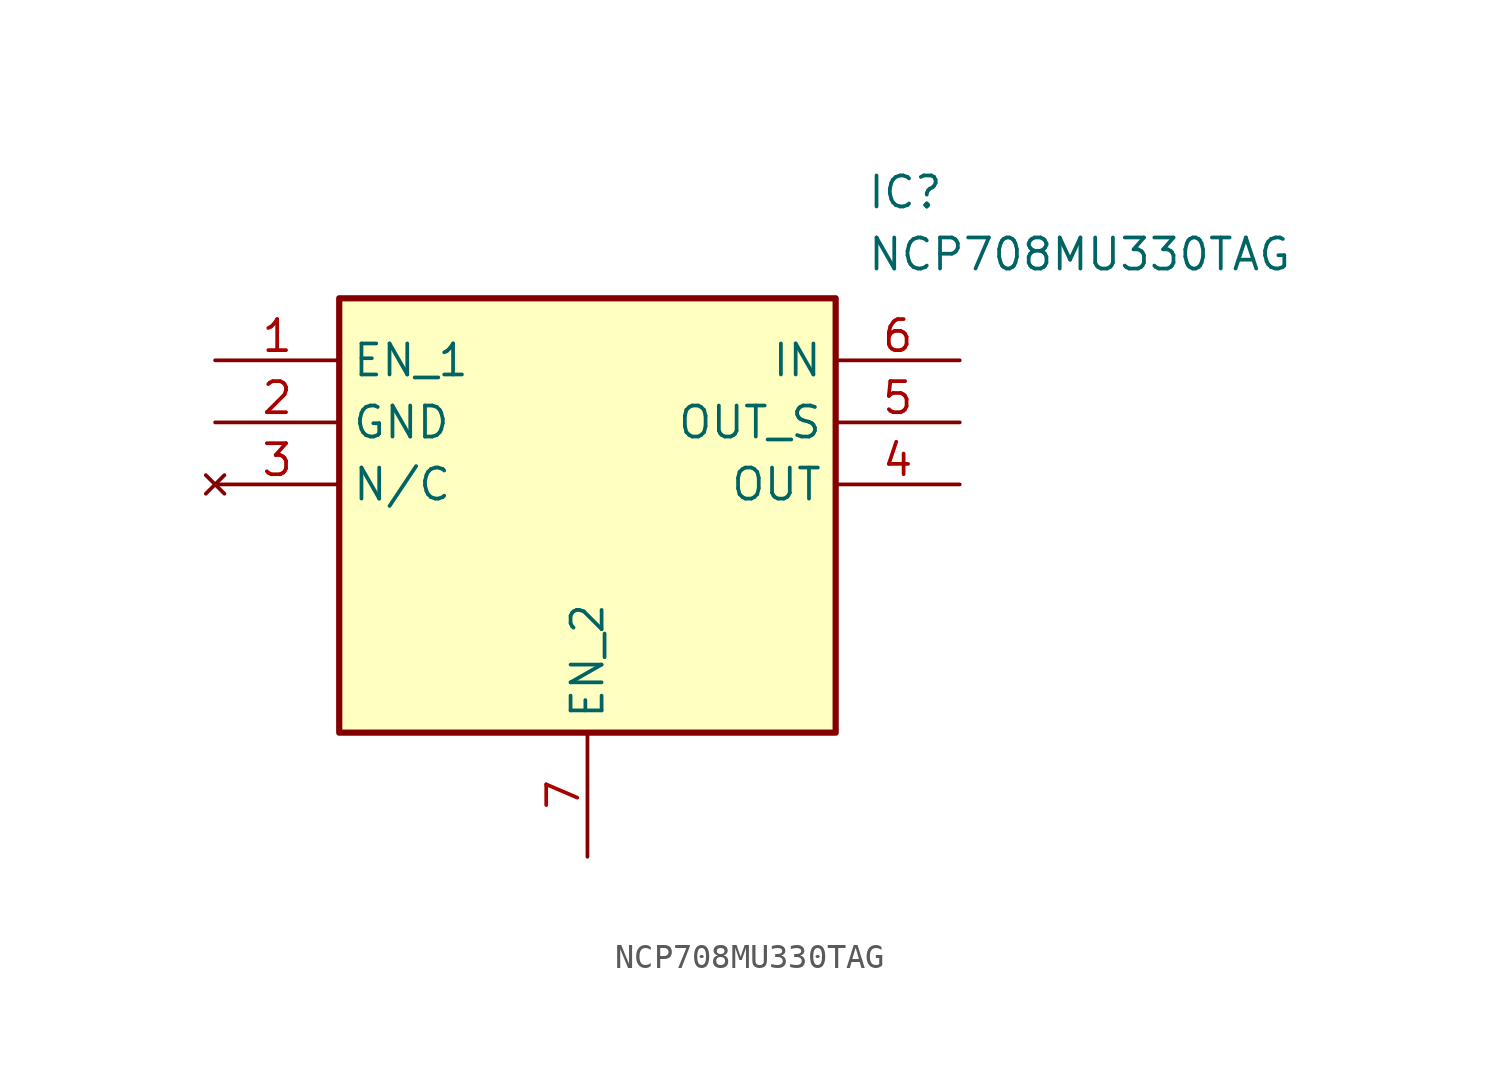
<source format=kicad_sym>
(kicad_symbol_lib
  (version 20231120)
  (generator "kicad_symbol_editor")
  (generator_version "8.0")
  (symbol "NCP708MU330TAG"
    (property "Reference" "IC"
      (at 26.67 7.62 0)
      (effects (font (size 1.27 1.27)) (justify left top)))
    (property "Value" "NCP708MU330TAG"
      (at 26.67 5.08 0)
      (effects (font (size 1.27 1.27)) (justify left top)))
    (symbol "NCP708MU330TAG_1_1"
      (rectangle (start 5.08 2.54) (end 25.4 -15.24) (stroke (width 0.254) (type default)) (fill (type background)))
      (pin passive line (at 0 0 0) (length 5.08) (name "EN_1" (effects (font (size 1.27 1.27)))) (number "1" (effects (font (size 1.27 1.27)))))
      (pin passive line (at 0 -2.54 0) (length 5.08) (name "GND" (effects (font (size 1.27 1.27)))) (number "2" (effects (font (size 1.27 1.27)))))
      (pin no_connect line (at 0 -5.08 0) (length 5.08) (name "N/C" (effects (font (size 1.27 1.27)))) (number "3" (effects (font (size 1.27 1.27)))))
      (pin passive line (at 30.48 -5.08 180) (length 5.08) (name "OUT" (effects (font (size 1.27 1.27)))) (number "4" (effects (font (size 1.27 1.27)))))
      (pin passive line (at 30.48 -2.54 180) (length 5.08) (name "OUT_S" (effects (font (size 1.27 1.27)))) (number "5" (effects (font (size 1.27 1.27)))))
      (pin passive line (at 30.48 0 180) (length 5.08) (name "IN" (effects (font (size 1.27 1.27)))) (number "6" (effects (font (size 1.27 1.27)))))
      (pin passive line (at 15.24 -20.32 90) (length 5.08) (name "EN_2" (effects (font (size 1.27 1.27)))) (number "7" (effects (font (size 1.27 1.27))))))))
</source>
